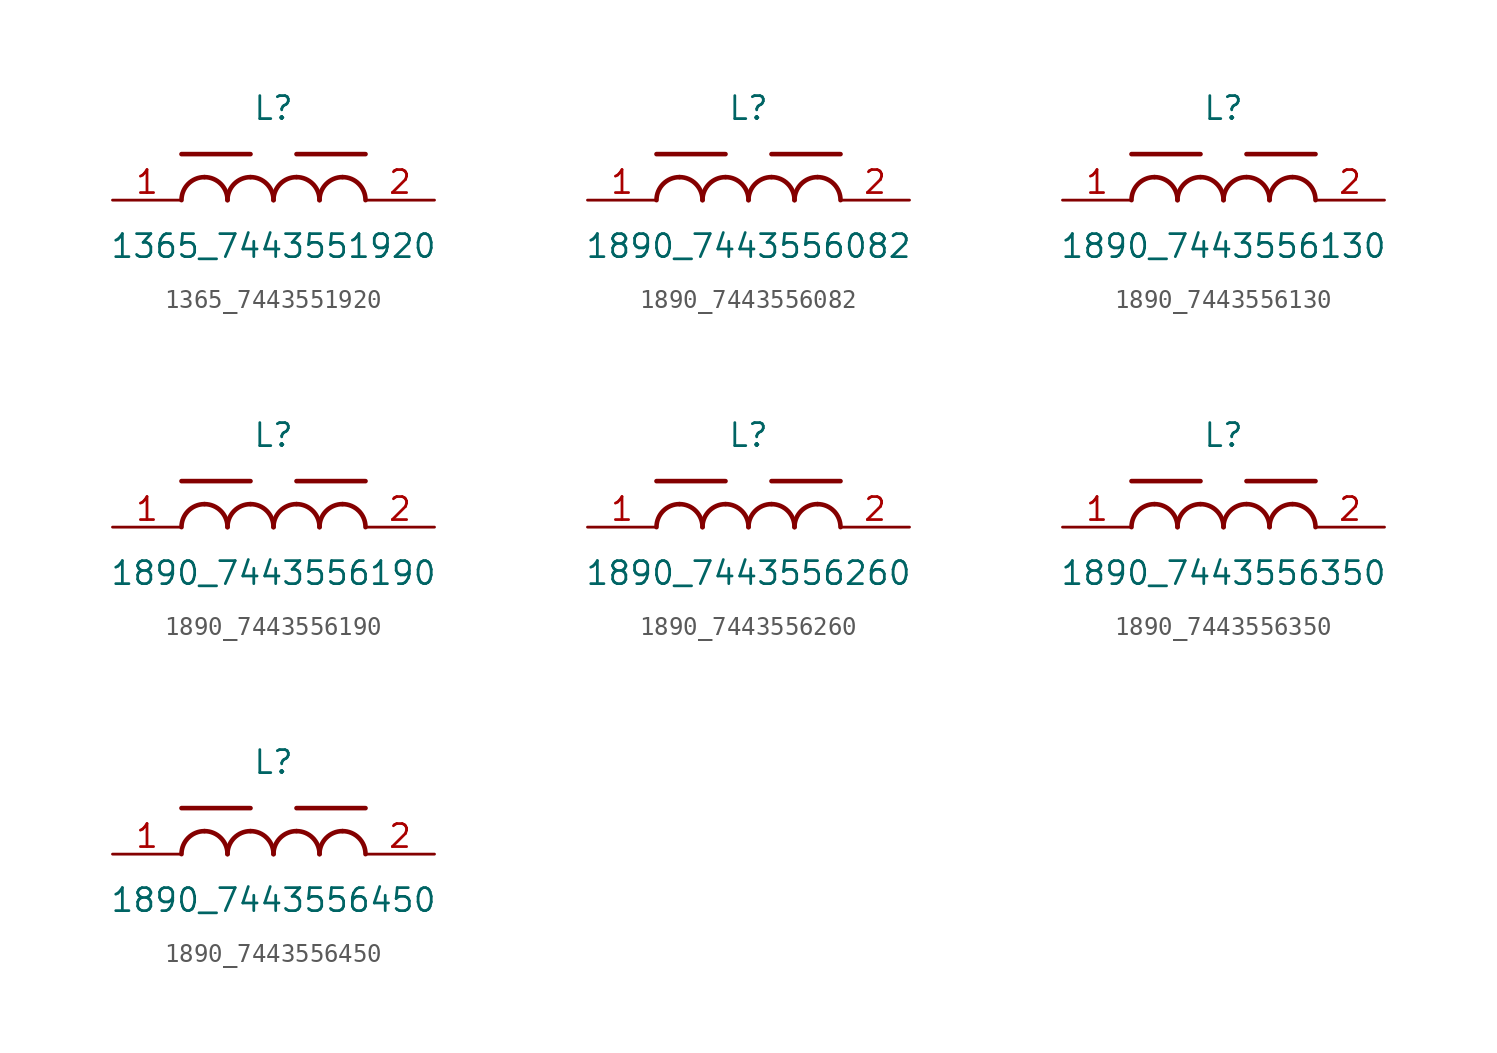
<source format=kicad_sym>
(kicad_symbol_lib
  (version 20211014)
  (generator kicad_symbol_editor)
  (symbol "Inductor_Wurth_WE-HCI:1365_7443551920"
    (pin_names hide)
    (property "Reference" "L"
      (at 0 5.08 0)
      (effects (font (size 1.27 1.27))))
    (property "Value" "1365_7443551920"
      (at 0 -2.54 0)
      (effects (font (size 1.27 1.27))))
    (symbol "1365_7443551920_0_1"
      (arc (start -3.81 1.27) (mid -4.708 0.898) (end -5.08 0) (stroke (width 0.254) (type default) (color 0 0 0 0)) (fill (type none)))
      (arc (start -2.54 0) (mid -2.912 0.898) (end -3.81 1.27) (stroke (width 0.254) (type default) (color 0 0 0 0)) (fill (type none)))
      (arc (start -1.2699 1.2701) (mid -2.1679 0.8981) (end -2.5399 0.0001) (stroke (width 0.254) (type default) (color 0 0 0 0)) (fill (type none)))
      (polyline (pts (xy -5.08 2.54) (xy -1.27 2.54)) (stroke (width 0.254) (type default) (color 0 0 0 0)) (fill (type none)))
      (polyline (pts (xy 5.08 2.54) (xy 1.27 2.54)) (stroke (width 0.254) (type default) (color 0 0 0 0)) (fill (type none)))
      (arc (start 0.0001 0.0001) (mid -0.3719 0.8981) (end -1.2699 1.2701) (stroke (width 0.254) (type default) (color 0 0 0 0)) (fill (type none)))
      (arc (start 1.2701 1.2701) (mid 0.3721 0.8981) (end 0.0001 0.0001) (stroke (width 0.254) (type default) (color 0 0 0 0)) (fill (type none)))
      (arc (start 2.5401 0.0001) (mid 2.1681 0.8981) (end 1.2701 1.2701) (stroke (width 0.254) (type default) (color 0 0 0 0)) (fill (type none)))
      (arc (start 3.8101 1.2701) (mid 2.9121 0.8981) (end 2.5401 0.0001) (stroke (width 0.254) (type default) (color 0 0 0 0)) (fill (type none)))
      (arc (start 5.0801 0.0001) (mid 4.7081 0.8981) (end 3.8101 1.2701) (stroke (width 0.254) (type default) (color 0 0 0 0)) (fill (type none))))
    (symbol "1365_7443551920_1_1"
      (pin passive line (at -8.89 0 0) (length 3.81) (name "1" (effects (font (size 1.27 1.27)))) (number "1" (effects (font (size 1.27 1.27)))))
      (pin passive line (at 8.89 0 180) (length 3.81) (name "2" (effects (font (size 1.27 1.27)))) (number "2" (effects (font (size 1.27 1.27)))))))
  (symbol "Inductor_Wurth_WE-HCI:1890_7443556082"
    (pin_names hide)
    (property "Reference" "L"
      (at 0 5.08 0)
      (effects (font (size 1.27 1.27))))
    (property "Value" "1890_7443556082"
      (at 0 -2.54 0)
      (effects (font (size 1.27 1.27))))
    (symbol "1890_7443556082_0_1"
      (arc (start -3.81 1.27) (mid -4.708 0.898) (end -5.08 0) (stroke (width 0.254) (type default) (color 0 0 0 0)) (fill (type none)))
      (arc (start -2.54 0) (mid -2.912 0.898) (end -3.81 1.27) (stroke (width 0.254) (type default) (color 0 0 0 0)) (fill (type none)))
      (arc (start -1.2699 1.2701) (mid -2.1679 0.8981) (end -2.5399 0.0001) (stroke (width 0.254) (type default) (color 0 0 0 0)) (fill (type none)))
      (polyline (pts (xy -5.08 2.54) (xy -1.27 2.54)) (stroke (width 0.254) (type default) (color 0 0 0 0)) (fill (type none)))
      (polyline (pts (xy 5.08 2.54) (xy 1.27 2.54)) (stroke (width 0.254) (type default) (color 0 0 0 0)) (fill (type none)))
      (arc (start 0.0001 0.0001) (mid -0.3719 0.8981) (end -1.2699 1.2701) (stroke (width 0.254) (type default) (color 0 0 0 0)) (fill (type none)))
      (arc (start 1.2701 1.2701) (mid 0.3721 0.8981) (end 0.0001 0.0001) (stroke (width 0.254) (type default) (color 0 0 0 0)) (fill (type none)))
      (arc (start 2.5401 0.0001) (mid 2.1681 0.8981) (end 1.2701 1.2701) (stroke (width 0.254) (type default) (color 0 0 0 0)) (fill (type none)))
      (arc (start 3.8101 1.2701) (mid 2.9121 0.8981) (end 2.5401 0.0001) (stroke (width 0.254) (type default) (color 0 0 0 0)) (fill (type none)))
      (arc (start 5.0801 0.0001) (mid 4.7081 0.8981) (end 3.8101 1.2701) (stroke (width 0.254) (type default) (color 0 0 0 0)) (fill (type none))))
    (symbol "1890_7443556082_1_1"
      (pin passive line (at -8.89 0 0) (length 3.81) (name "1" (effects (font (size 1.27 1.27)))) (number "1" (effects (font (size 1.27 1.27)))))
      (pin passive line (at 8.89 0 180) (length 3.81) (name "2" (effects (font (size 1.27 1.27)))) (number "2" (effects (font (size 1.27 1.27)))))))
  (symbol "Inductor_Wurth_WE-HCI:1890_7443556130"
    (pin_names hide)
    (property "Reference" "L"
      (at 0 5.08 0)
      (effects (font (size 1.27 1.27))))
    (property "Value" "1890_7443556130"
      (at 0 -2.54 0)
      (effects (font (size 1.27 1.27))))
    (symbol "1890_7443556130_0_1"
      (arc (start -3.81 1.27) (mid -4.708 0.898) (end -5.08 0) (stroke (width 0.254) (type default) (color 0 0 0 0)) (fill (type none)))
      (arc (start -2.54 0) (mid -2.912 0.898) (end -3.81 1.27) (stroke (width 0.254) (type default) (color 0 0 0 0)) (fill (type none)))
      (arc (start -1.2699 1.2701) (mid -2.1679 0.8981) (end -2.5399 0.0001) (stroke (width 0.254) (type default) (color 0 0 0 0)) (fill (type none)))
      (polyline (pts (xy -5.08 2.54) (xy -1.27 2.54)) (stroke (width 0.254) (type default) (color 0 0 0 0)) (fill (type none)))
      (polyline (pts (xy 5.08 2.54) (xy 1.27 2.54)) (stroke (width 0.254) (type default) (color 0 0 0 0)) (fill (type none)))
      (arc (start 0.0001 0.0001) (mid -0.3719 0.8981) (end -1.2699 1.2701) (stroke (width 0.254) (type default) (color 0 0 0 0)) (fill (type none)))
      (arc (start 1.2701 1.2701) (mid 0.3721 0.8981) (end 0.0001 0.0001) (stroke (width 0.254) (type default) (color 0 0 0 0)) (fill (type none)))
      (arc (start 2.5401 0.0001) (mid 2.1681 0.8981) (end 1.2701 1.2701) (stroke (width 0.254) (type default) (color 0 0 0 0)) (fill (type none)))
      (arc (start 3.8101 1.2701) (mid 2.9121 0.8981) (end 2.5401 0.0001) (stroke (width 0.254) (type default) (color 0 0 0 0)) (fill (type none)))
      (arc (start 5.0801 0.0001) (mid 4.7081 0.8981) (end 3.8101 1.2701) (stroke (width 0.254) (type default) (color 0 0 0 0)) (fill (type none))))
    (symbol "1890_7443556130_1_1"
      (pin passive line (at -8.89 0 0) (length 3.81) (name "1" (effects (font (size 1.27 1.27)))) (number "1" (effects (font (size 1.27 1.27)))))
      (pin passive line (at 8.89 0 180) (length 3.81) (name "2" (effects (font (size 1.27 1.27)))) (number "2" (effects (font (size 1.27 1.27)))))))
  (symbol "Inductor_Wurth_WE-HCI:1890_7443556190"
    (pin_names hide)
    (property "Reference" "L"
      (at 0 5.08 0)
      (effects (font (size 1.27 1.27))))
    (property "Value" "1890_7443556190"
      (at 0 -2.54 0)
      (effects (font (size 1.27 1.27))))
    (symbol "1890_7443556190_0_1"
      (arc (start -3.81 1.27) (mid -4.708 0.898) (end -5.08 0) (stroke (width 0.254) (type default) (color 0 0 0 0)) (fill (type none)))
      (arc (start -2.54 0) (mid -2.912 0.898) (end -3.81 1.27) (stroke (width 0.254) (type default) (color 0 0 0 0)) (fill (type none)))
      (arc (start -1.2699 1.2701) (mid -2.1679 0.8981) (end -2.5399 0.0001) (stroke (width 0.254) (type default) (color 0 0 0 0)) (fill (type none)))
      (polyline (pts (xy -5.08 2.54) (xy -1.27 2.54)) (stroke (width 0.254) (type default) (color 0 0 0 0)) (fill (type none)))
      (polyline (pts (xy 5.08 2.54) (xy 1.27 2.54)) (stroke (width 0.254) (type default) (color 0 0 0 0)) (fill (type none)))
      (arc (start 0.0001 0.0001) (mid -0.3719 0.8981) (end -1.2699 1.2701) (stroke (width 0.254) (type default) (color 0 0 0 0)) (fill (type none)))
      (arc (start 1.2701 1.2701) (mid 0.3721 0.8981) (end 0.0001 0.0001) (stroke (width 0.254) (type default) (color 0 0 0 0)) (fill (type none)))
      (arc (start 2.5401 0.0001) (mid 2.1681 0.8981) (end 1.2701 1.2701) (stroke (width 0.254) (type default) (color 0 0 0 0)) (fill (type none)))
      (arc (start 3.8101 1.2701) (mid 2.9121 0.8981) (end 2.5401 0.0001) (stroke (width 0.254) (type default) (color 0 0 0 0)) (fill (type none)))
      (arc (start 5.0801 0.0001) (mid 4.7081 0.8981) (end 3.8101 1.2701) (stroke (width 0.254) (type default) (color 0 0 0 0)) (fill (type none))))
    (symbol "1890_7443556190_1_1"
      (pin passive line (at -8.89 0 0) (length 3.81) (name "1" (effects (font (size 1.27 1.27)))) (number "1" (effects (font (size 1.27 1.27)))))
      (pin passive line (at 8.89 0 180) (length 3.81) (name "2" (effects (font (size 1.27 1.27)))) (number "2" (effects (font (size 1.27 1.27)))))))
  (symbol "Inductor_Wurth_WE-HCI:1890_7443556260"
    (pin_names hide)
    (property "Reference" "L"
      (at 0 5.08 0)
      (effects (font (size 1.27 1.27))))
    (property "Value" "1890_7443556260"
      (at 0 -2.54 0)
      (effects (font (size 1.27 1.27))))
    (symbol "1890_7443556260_0_1"
      (arc (start -3.81 1.27) (mid -4.708 0.898) (end -5.08 0) (stroke (width 0.254) (type default) (color 0 0 0 0)) (fill (type none)))
      (arc (start -2.54 0) (mid -2.912 0.898) (end -3.81 1.27) (stroke (width 0.254) (type default) (color 0 0 0 0)) (fill (type none)))
      (arc (start -1.2699 1.2701) (mid -2.1679 0.8981) (end -2.5399 0.0001) (stroke (width 0.254) (type default) (color 0 0 0 0)) (fill (type none)))
      (polyline (pts (xy -5.08 2.54) (xy -1.27 2.54)) (stroke (width 0.254) (type default) (color 0 0 0 0)) (fill (type none)))
      (polyline (pts (xy 5.08 2.54) (xy 1.27 2.54)) (stroke (width 0.254) (type default) (color 0 0 0 0)) (fill (type none)))
      (arc (start 0.0001 0.0001) (mid -0.3719 0.8981) (end -1.2699 1.2701) (stroke (width 0.254) (type default) (color 0 0 0 0)) (fill (type none)))
      (arc (start 1.2701 1.2701) (mid 0.3721 0.8981) (end 0.0001 0.0001) (stroke (width 0.254) (type default) (color 0 0 0 0)) (fill (type none)))
      (arc (start 2.5401 0.0001) (mid 2.1681 0.8981) (end 1.2701 1.2701) (stroke (width 0.254) (type default) (color 0 0 0 0)) (fill (type none)))
      (arc (start 3.8101 1.2701) (mid 2.9121 0.8981) (end 2.5401 0.0001) (stroke (width 0.254) (type default) (color 0 0 0 0)) (fill (type none)))
      (arc (start 5.0801 0.0001) (mid 4.7081 0.8981) (end 3.8101 1.2701) (stroke (width 0.254) (type default) (color 0 0 0 0)) (fill (type none))))
    (symbol "1890_7443556260_1_1"
      (pin passive line (at -8.89 0 0) (length 3.81) (name "1" (effects (font (size 1.27 1.27)))) (number "1" (effects (font (size 1.27 1.27)))))
      (pin passive line (at 8.89 0 180) (length 3.81) (name "2" (effects (font (size 1.27 1.27)))) (number "2" (effects (font (size 1.27 1.27)))))))
  (symbol "Inductor_Wurth_WE-HCI:1890_7443556350"
    (pin_names hide)
    (property "Reference" "L"
      (at 0 5.08 0)
      (effects (font (size 1.27 1.27))))
    (property "Value" "1890_7443556350"
      (at 0 -2.54 0)
      (effects (font (size 1.27 1.27))))
    (symbol "1890_7443556350_0_1"
      (arc (start -3.81 1.27) (mid -4.708 0.898) (end -5.08 0) (stroke (width 0.254) (type default) (color 0 0 0 0)) (fill (type none)))
      (arc (start -2.54 0) (mid -2.912 0.898) (end -3.81 1.27) (stroke (width 0.254) (type default) (color 0 0 0 0)) (fill (type none)))
      (arc (start -1.2699 1.2701) (mid -2.1679 0.8981) (end -2.5399 0.0001) (stroke (width 0.254) (type default) (color 0 0 0 0)) (fill (type none)))
      (polyline (pts (xy -5.08 2.54) (xy -1.27 2.54)) (stroke (width 0.254) (type default) (color 0 0 0 0)) (fill (type none)))
      (polyline (pts (xy 5.08 2.54) (xy 1.27 2.54)) (stroke (width 0.254) (type default) (color 0 0 0 0)) (fill (type none)))
      (arc (start 0.0001 0.0001) (mid -0.3719 0.8981) (end -1.2699 1.2701) (stroke (width 0.254) (type default) (color 0 0 0 0)) (fill (type none)))
      (arc (start 1.2701 1.2701) (mid 0.3721 0.8981) (end 0.0001 0.0001) (stroke (width 0.254) (type default) (color 0 0 0 0)) (fill (type none)))
      (arc (start 2.5401 0.0001) (mid 2.1681 0.8981) (end 1.2701 1.2701) (stroke (width 0.254) (type default) (color 0 0 0 0)) (fill (type none)))
      (arc (start 3.8101 1.2701) (mid 2.9121 0.8981) (end 2.5401 0.0001) (stroke (width 0.254) (type default) (color 0 0 0 0)) (fill (type none)))
      (arc (start 5.0801 0.0001) (mid 4.7081 0.8981) (end 3.8101 1.2701) (stroke (width 0.254) (type default) (color 0 0 0 0)) (fill (type none))))
    (symbol "1890_7443556350_1_1"
      (pin passive line (at -8.89 0 0) (length 3.81) (name "1" (effects (font (size 1.27 1.27)))) (number "1" (effects (font (size 1.27 1.27)))))
      (pin passive line (at 8.89 0 180) (length 3.81) (name "2" (effects (font (size 1.27 1.27)))) (number "2" (effects (font (size 1.27 1.27)))))))
  (symbol "Inductor_Wurth_WE-HCI:1890_7443556450"
    (pin_names hide)
    (property "Reference" "L"
      (at 0 5.08 0)
      (effects (font (size 1.27 1.27))))
    (property "Value" "1890_7443556450"
      (at 0 -2.54 0)
      (effects (font (size 1.27 1.27))))
    (symbol "1890_7443556450_0_1"
      (arc (start -3.81 1.27) (mid -4.708 0.898) (end -5.08 0) (stroke (width 0.254) (type default) (color 0 0 0 0)) (fill (type none)))
      (arc (start -2.54 0) (mid -2.912 0.898) (end -3.81 1.27) (stroke (width 0.254) (type default) (color 0 0 0 0)) (fill (type none)))
      (arc (start -1.2699 1.2701) (mid -2.1679 0.8981) (end -2.5399 0.0001) (stroke (width 0.254) (type default) (color 0 0 0 0)) (fill (type none)))
      (polyline (pts (xy -5.08 2.54) (xy -1.27 2.54)) (stroke (width 0.254) (type default) (color 0 0 0 0)) (fill (type none)))
      (polyline (pts (xy 5.08 2.54) (xy 1.27 2.54)) (stroke (width 0.254) (type default) (color 0 0 0 0)) (fill (type none)))
      (arc (start 0.0001 0.0001) (mid -0.3719 0.8981) (end -1.2699 1.2701) (stroke (width 0.254) (type default) (color 0 0 0 0)) (fill (type none)))
      (arc (start 1.2701 1.2701) (mid 0.3721 0.8981) (end 0.0001 0.0001) (stroke (width 0.254) (type default) (color 0 0 0 0)) (fill (type none)))
      (arc (start 2.5401 0.0001) (mid 2.1681 0.8981) (end 1.2701 1.2701) (stroke (width 0.254) (type default) (color 0 0 0 0)) (fill (type none)))
      (arc (start 3.8101 1.2701) (mid 2.9121 0.8981) (end 2.5401 0.0001) (stroke (width 0.254) (type default) (color 0 0 0 0)) (fill (type none)))
      (arc (start 5.0801 0.0001) (mid 4.7081 0.8981) (end 3.8101 1.2701) (stroke (width 0.254) (type default) (color 0 0 0 0)) (fill (type none))))
    (symbol "1890_7443556450_1_1"
      (pin passive line (at -8.89 0 0) (length 3.81) (name "1" (effects (font (size 1.27 1.27)))) (number "1" (effects (font (size 1.27 1.27)))))
      (pin passive line (at 8.89 0 180) (length 3.81) (name "2" (effects (font (size 1.27 1.27)))) (number "2" (effects (font (size 1.27 1.27))))))))
</source>
